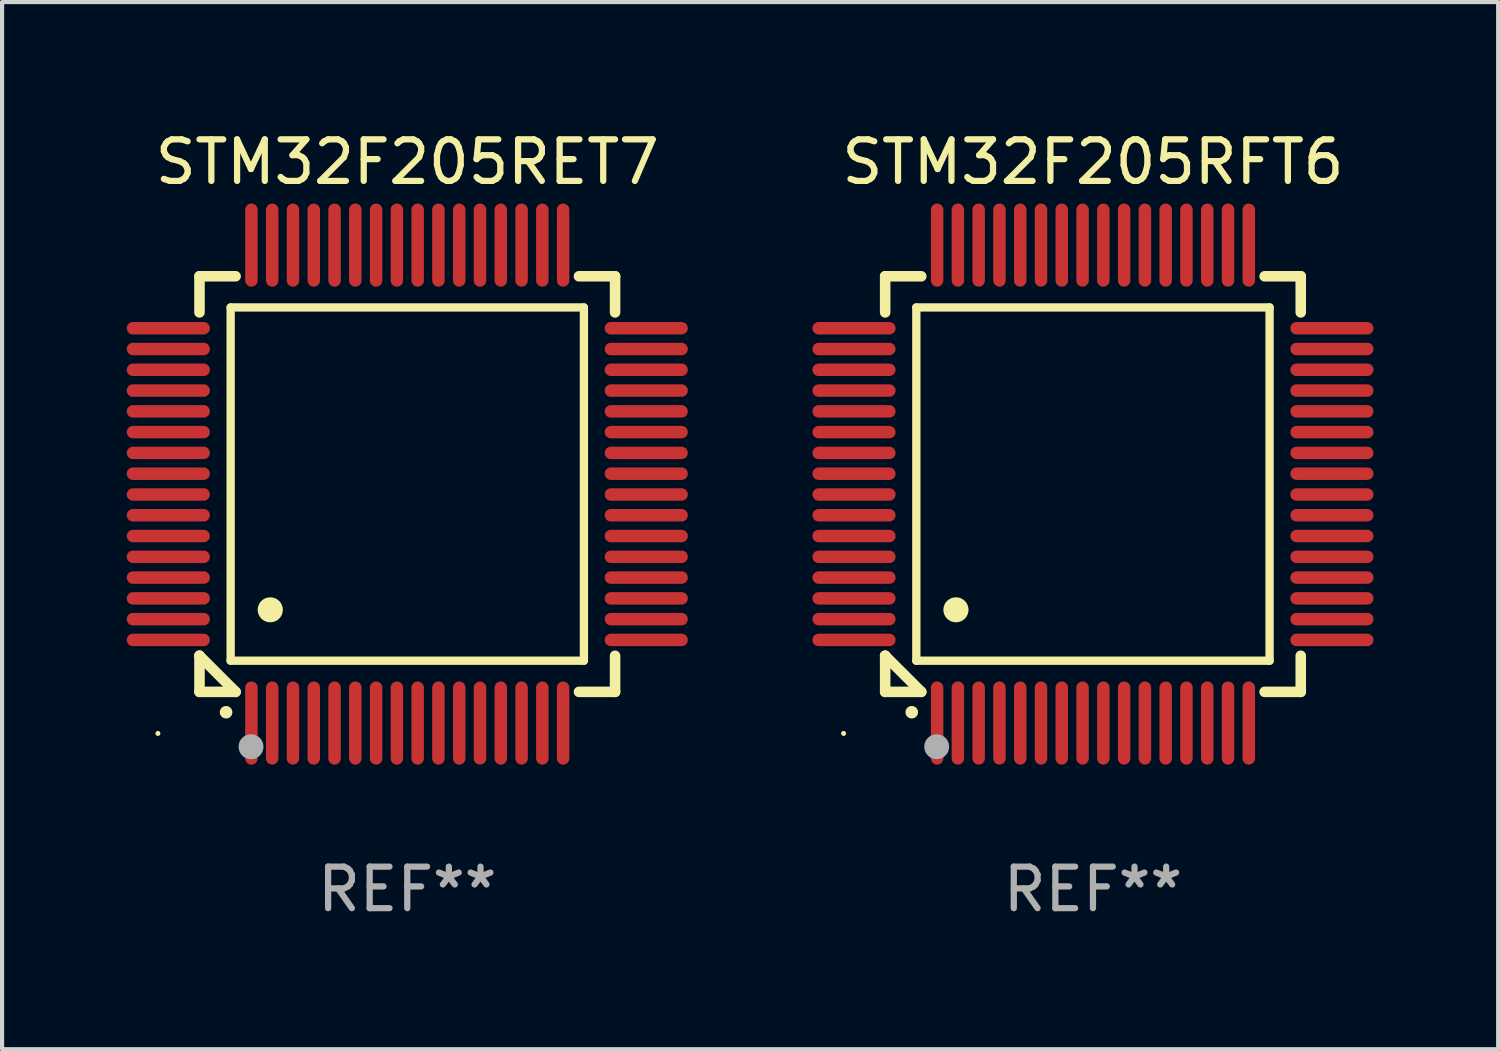
<source format=kicad_pcb>
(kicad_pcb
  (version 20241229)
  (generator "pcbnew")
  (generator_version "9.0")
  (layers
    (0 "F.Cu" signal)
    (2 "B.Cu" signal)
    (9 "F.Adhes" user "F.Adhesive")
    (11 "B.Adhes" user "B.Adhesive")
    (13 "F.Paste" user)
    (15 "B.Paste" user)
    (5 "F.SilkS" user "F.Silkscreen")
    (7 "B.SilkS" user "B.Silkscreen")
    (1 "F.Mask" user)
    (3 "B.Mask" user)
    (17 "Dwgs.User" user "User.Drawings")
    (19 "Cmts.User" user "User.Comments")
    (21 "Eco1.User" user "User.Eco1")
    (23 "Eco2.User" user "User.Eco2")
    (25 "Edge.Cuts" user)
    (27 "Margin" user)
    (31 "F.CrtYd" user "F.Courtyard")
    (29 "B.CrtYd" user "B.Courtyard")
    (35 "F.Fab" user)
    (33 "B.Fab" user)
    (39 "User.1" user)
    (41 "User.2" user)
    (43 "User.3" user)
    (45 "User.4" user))
  (footprint "STM32F205RFT6"
    (layer "F.Cu")
    (at 23.249 8.598)
    (property "Reference" "STM32F205RFT6" (at 0 -7.75 0) (layer "F.SilkS") (effects (font (size 1 1) (thickness 0.15))))
    (attr through_hole)
    (fp_line (start -5 -5) (end -4.131 -5) (stroke (width 0.254) (type solid)) (layer "F.SilkS"))
    (fp_line (start -5 -4.131) (end -5 -5) (stroke (width 0.254) (type solid)) (layer "F.SilkS"))
    (fp_line (start -5 4.131) (end -5 4.131) (stroke (width 0.254) (type solid)) (layer "F.SilkS"))
    (fp_line (start -5 5) (end -5 4.131) (stroke (width 0.254) (type solid)) (layer "F.SilkS"))
    (fp_line (start -5 4.131) (end -4.131 5) (stroke (width 0.254) (type solid)) (layer "F.SilkS"))
    (fp_line (start -4.25 -4.25) (end -4.25 4.25) (stroke (width 0.2) (type solid)) (layer "F.SilkS"))
    (fp_line (start -4.25 4.25) (end 4.25 4.25) (stroke (width 0.2) (type solid)) (layer "F.SilkS"))
    (fp_line (start -4.131 5) (end -5 5) (stroke (width 0.254) (type solid)) (layer "F.SilkS"))
    (fp_line (start 4.25 -4.25) (end -4.25 -4.25) (stroke (width 0.2) (type solid)) (layer "F.SilkS"))
    (fp_line (start 4.25 4.25) (end 4.25 -4.25) (stroke (width 0.2) (type solid)) (layer "F.SilkS"))
    (fp_line (start 5 -5) (end 4.131 -5) (stroke (width 0.254) (type solid)) (layer "F.SilkS"))
    (fp_line (start 5 -5) (end 5 -4.131) (stroke (width 0.254) (type solid)) (layer "F.SilkS"))
    (fp_line (start 5 4.131) (end 5 5) (stroke (width 0.254) (type solid)) (layer "F.SilkS"))
    (fp_line (start 5 5) (end 4.131 5) (stroke (width 0.254) (type solid)) (layer "F.SilkS"))
    (fp_arc (start -4.361265 5.489992) (mid -4.359995 5.489987) (end -4.358725 5.489992) (stroke (width 0.3) (type solid)) (layer "F.SilkS"))
    (fp_arc (start -3.299467 3.025146) (mid -3.296927 3.025135) (end -3.294387 3.025146) (stroke (width 0.6) (type solid)) (layer "F.SilkS"))
    (fp_circle (center -6 6) (end -5.97 6) (stroke (width 0.06) (type solid)) (fill no) (layer "F.SilkS"))
    (fp_circle (center -3.76 6.32) (end -3.61 6.32) (stroke (width 0.3) (type solid)) (fill no) (layer "F.Fab"))
    (fp_text user "REF**" (at 0 9.75 0) (layer "F.Fab") (effects (font (size 1 1) (thickness 0.15))))
    (pad "1" smd oval (at -3.75 5.75) (size 0.3 2) (layers "F.Cu" "F.Mask" "F.Paste"))
    (pad "2" smd oval (at -3.25 5.75) (size 0.3 2) (layers "F.Cu" "F.Mask" "F.Paste"))
    (pad "3" smd oval (at -2.75 5.75) (size 0.3 2) (layers "F.Cu" "F.Mask" "F.Paste"))
    (pad "4" smd oval (at -2.25 5.75) (size 0.3 2) (layers "F.Cu" "F.Mask" "F.Paste"))
    (pad "5" smd oval (at -1.75 5.75) (size 0.3 2) (layers "F.Cu" "F.Mask" "F.Paste"))
    (pad "6" smd oval (at -1.25 5.75) (size 0.3 2) (layers "F.Cu" "F.Mask" "F.Paste"))
    (pad "7" smd oval (at -0.75 5.75) (size 0.3 2) (layers "F.Cu" "F.Mask" "F.Paste"))
    (pad "8" smd oval (at -0.25 5.75) (size 0.3 2) (layers "F.Cu" "F.Mask" "F.Paste"))
    (pad "9" smd oval (at 0.25 5.75) (size 0.3 2) (layers "F.Cu" "F.Mask" "F.Paste"))
    (pad "10" smd oval (at 0.75 5.75) (size 0.3 2) (layers "F.Cu" "F.Mask" "F.Paste"))
    (pad "11" smd oval (at 1.25 5.75) (size 0.3 2) (layers "F.Cu" "F.Mask" "F.Paste"))
    (pad "12" smd oval (at 1.75 5.75) (size 0.3 2) (layers "F.Cu" "F.Mask" "F.Paste"))
    (pad "13" smd oval (at 2.25 5.75) (size 0.3 2) (layers "F.Cu" "F.Mask" "F.Paste"))
    (pad "14" smd oval (at 2.75 5.75) (size 0.3 2) (layers "F.Cu" "F.Mask" "F.Paste"))
    (pad "15" smd oval (at 3.25 5.75) (size 0.3 2) (layers "F.Cu" "F.Mask" "F.Paste"))
    (pad "16" smd oval (at 3.75 5.75) (size 0.3 2) (layers "F.Cu" "F.Mask" "F.Paste"))
    (pad "17" smd oval (at 5.75 3.75) (size 2 0.3) (layers "F.Cu" "F.Mask" "F.Paste"))
    (pad "18" smd oval (at 5.75 3.25) (size 2 0.3) (layers "F.Cu" "F.Mask" "F.Paste"))
    (pad "19" smd oval (at 5.75 2.75) (size 2 0.3) (layers "F.Cu" "F.Mask" "F.Paste"))
    (pad "20" smd oval (at 5.75 2.25) (size 2 0.3) (layers "F.Cu" "F.Mask" "F.Paste"))
    (pad "21" smd oval (at 5.75 1.75) (size 2 0.3) (layers "F.Cu" "F.Mask" "F.Paste"))
    (pad "22" smd oval (at 5.75 1.25) (size 2 0.3) (layers "F.Cu" "F.Mask" "F.Paste"))
    (pad "23" smd oval (at 5.75 0.75) (size 2 0.3) (layers "F.Cu" "F.Mask" "F.Paste"))
    (pad "24" smd oval (at 5.75 0.25) (size 2 0.3) (layers "F.Cu" "F.Mask" "F.Paste"))
    (pad "25" smd oval (at 5.75 -0.25) (size 2 0.3) (layers "F.Cu" "F.Mask" "F.Paste"))
    (pad "26" smd oval (at 5.75 -0.75) (size 2 0.3) (layers "F.Cu" "F.Mask" "F.Paste"))
    (pad "27" smd oval (at 5.75 -1.25) (size 2 0.3) (layers "F.Cu" "F.Mask" "F.Paste"))
    (pad "28" smd oval (at 5.75 -1.75) (size 2 0.3) (layers "F.Cu" "F.Mask" "F.Paste"))
    (pad "29" smd oval (at 5.75 -2.25) (size 2 0.3) (layers "F.Cu" "F.Mask" "F.Paste"))
    (pad "30" smd oval (at 5.75 -2.75) (size 2 0.3) (layers "F.Cu" "F.Mask" "F.Paste"))
    (pad "31" smd oval (at 5.75 -3.25) (size 2 0.3) (layers "F.Cu" "F.Mask" "F.Paste"))
    (pad "32" smd oval (at 5.75 -3.75) (size 2 0.3) (layers "F.Cu" "F.Mask" "F.Paste"))
    (pad "33" smd oval (at 3.75 -5.75) (size 0.3 2) (layers "F.Cu" "F.Mask" "F.Paste"))
    (pad "34" smd oval (at 3.25 -5.75) (size 0.3 2) (layers "F.Cu" "F.Mask" "F.Paste"))
    (pad "35" smd oval (at 2.75 -5.75) (size 0.3 2) (layers "F.Cu" "F.Mask" "F.Paste"))
    (pad "36" smd oval (at 2.25 -5.75) (size 0.3 2) (layers "F.Cu" "F.Mask" "F.Paste"))
    (pad "37" smd oval (at 1.75 -5.75) (size 0.3 2) (layers "F.Cu" "F.Mask" "F.Paste"))
    (pad "38" smd oval (at 1.25 -5.75) (size 0.3 2) (layers "F.Cu" "F.Mask" "F.Paste"))
    (pad "39" smd oval (at 0.75 -5.75) (size 0.3 2) (layers "F.Cu" "F.Mask" "F.Paste"))
    (pad "40" smd oval (at 0.25 -5.75) (size 0.3 2) (layers "F.Cu" "F.Mask" "F.Paste"))
    (pad "41" smd oval (at -0.25 -5.75) (size 0.3 2) (layers "F.Cu" "F.Mask" "F.Paste"))
    (pad "42" smd oval (at -0.75 -5.75) (size 0.3 2) (layers "F.Cu" "F.Mask" "F.Paste"))
    (pad "43" smd oval (at -1.25 -5.75) (size 0.3 2) (layers "F.Cu" "F.Mask" "F.Paste"))
    (pad "44" smd oval (at -1.75 -5.75) (size 0.3 2) (layers "F.Cu" "F.Mask" "F.Paste"))
    (pad "45" smd oval (at -2.25 -5.75) (size 0.3 2) (layers "F.Cu" "F.Mask" "F.Paste"))
    (pad "46" smd oval (at -2.75 -5.75) (size 0.3 2) (layers "F.Cu" "F.Mask" "F.Paste"))
    (pad "47" smd oval (at -3.25 -5.75) (size 0.3 2) (layers "F.Cu" "F.Mask" "F.Paste"))
    (pad "48" smd oval (at -3.75 -5.75) (size 0.3 2) (layers "F.Cu" "F.Mask" "F.Paste"))
    (pad "49" smd oval (at -5.75 -3.75) (size 2 0.3) (layers "F.Cu" "F.Mask" "F.Paste"))
    (pad "50" smd oval (at -5.75 -3.25) (size 2 0.3) (layers "F.Cu" "F.Mask" "F.Paste"))
    (pad "51" smd oval (at -5.75 -2.75) (size 2 0.3) (layers "F.Cu" "F.Mask" "F.Paste"))
    (pad "52" smd oval (at -5.75 -2.25) (size 2 0.3) (layers "F.Cu" "F.Mask" "F.Paste"))
    (pad "53" smd oval (at -5.75 -1.75) (size 2 0.3) (layers "F.Cu" "F.Mask" "F.Paste"))
    (pad "54" smd oval (at -5.75 -1.25) (size 2 0.3) (layers "F.Cu" "F.Mask" "F.Paste"))
    (pad "55" smd oval (at -5.75 -0.75) (size 2 0.3) (layers "F.Cu" "F.Mask" "F.Paste"))
    (pad "56" smd oval (at -5.75 -0.25) (size 2 0.3) (layers "F.Cu" "F.Mask" "F.Paste"))
    (pad "57" smd oval (at -5.75 0.25) (size 2 0.3) (layers "F.Cu" "F.Mask" "F.Paste"))
    (pad "58" smd oval (at -5.75 0.75) (size 2 0.3) (layers "F.Cu" "F.Mask" "F.Paste"))
    (pad "59" smd oval (at -5.75 1.25) (size 2 0.3) (layers "F.Cu" "F.Mask" "F.Paste"))
    (pad "60" smd oval (at -5.75 1.75) (size 2 0.3) (layers "F.Cu" "F.Mask" "F.Paste"))
    (pad "61" smd oval (at -5.75 2.25) (size 2 0.3) (layers "F.Cu" "F.Mask" "F.Paste"))
    (pad "62" smd oval (at -5.75 2.75) (size 2 0.3) (layers "F.Cu" "F.Mask" "F.Paste"))
    (pad "63" smd oval (at -5.75 3.25) (size 2 0.3) (layers "F.Cu" "F.Mask" "F.Paste"))
    (pad "64" smd oval (at -5.75 3.75) (size 2 0.3) (layers "F.Cu" "F.Mask" "F.Paste")))
  (footprint "STM32F205RET7"
    (layer "F.Cu")
    (at 6.75 8.598)
    (property "Reference" "STM32F205RET7" (at 0 -7.75 0) (layer "F.SilkS") (effects (font (size 1 1) (thickness 0.15))))
    (attr through_hole)
    (fp_line (start -5 -5) (end -4.131 -5) (stroke (width 0.254) (type solid)) (layer "F.SilkS"))
    (fp_line (start -5 -4.131) (end -5 -5) (stroke (width 0.254) (type solid)) (layer "F.SilkS"))
    (fp_line (start -5 4.131) (end -5 4.131) (stroke (width 0.254) (type solid)) (layer "F.SilkS"))
    (fp_line (start -5 5) (end -5 4.131) (stroke (width 0.254) (type solid)) (layer "F.SilkS"))
    (fp_line (start -5 4.131) (end -4.131 5) (stroke (width 0.254) (type solid)) (layer "F.SilkS"))
    (fp_line (start -4.25 -4.25) (end -4.25 4.25) (stroke (width 0.2) (type solid)) (layer "F.SilkS"))
    (fp_line (start -4.25 4.25) (end 4.25 4.25) (stroke (width 0.2) (type solid)) (layer "F.SilkS"))
    (fp_line (start -4.131 5) (end -5 5) (stroke (width 0.254) (type solid)) (layer "F.SilkS"))
    (fp_line (start 4.25 -4.25) (end -4.25 -4.25) (stroke (width 0.2) (type solid)) (layer "F.SilkS"))
    (fp_line (start 4.25 4.25) (end 4.25 -4.25) (stroke (width 0.2) (type solid)) (layer "F.SilkS"))
    (fp_line (start 5 -5) (end 4.131 -5) (stroke (width 0.254) (type solid)) (layer "F.SilkS"))
    (fp_line (start 5 -5) (end 5 -4.131) (stroke (width 0.254) (type solid)) (layer "F.SilkS"))
    (fp_line (start 5 4.131) (end 5 5) (stroke (width 0.254) (type solid)) (layer "F.SilkS"))
    (fp_line (start 5 5) (end 4.131 5) (stroke (width 0.254) (type solid)) (layer "F.SilkS"))
    (fp_arc (start -4.361265 5.489992) (mid -4.359995 5.489987) (end -4.358725 5.489992) (stroke (width 0.3) (type solid)) (layer "F.SilkS"))
    (fp_arc (start -3.299467 3.025146) (mid -3.296927 3.025135) (end -3.294387 3.025146) (stroke (width 0.6) (type solid)) (layer "F.SilkS"))
    (fp_circle (center -6 6) (end -5.97 6) (stroke (width 0.06) (type solid)) (fill no) (layer "F.SilkS"))
    (fp_circle (center -3.76 6.32) (end -3.61 6.32) (stroke (width 0.3) (type solid)) (fill no) (layer "F.Fab"))
    (fp_text user "REF**" (at 0 9.75 0) (layer "F.Fab") (effects (font (size 1 1) (thickness 0.15))))
    (pad "1" smd oval (at -3.75 5.75) (size 0.3 2) (layers "F.Cu" "F.Mask" "F.Paste"))
    (pad "2" smd oval (at -3.25 5.75) (size 0.3 2) (layers "F.Cu" "F.Mask" "F.Paste"))
    (pad "3" smd oval (at -2.75 5.75) (size 0.3 2) (layers "F.Cu" "F.Mask" "F.Paste"))
    (pad "4" smd oval (at -2.25 5.75) (size 0.3 2) (layers "F.Cu" "F.Mask" "F.Paste"))
    (pad "5" smd oval (at -1.75 5.75) (size 0.3 2) (layers "F.Cu" "F.Mask" "F.Paste"))
    (pad "6" smd oval (at -1.25 5.75) (size 0.3 2) (layers "F.Cu" "F.Mask" "F.Paste"))
    (pad "7" smd oval (at -0.75 5.75) (size 0.3 2) (layers "F.Cu" "F.Mask" "F.Paste"))
    (pad "8" smd oval (at -0.25 5.75) (size 0.3 2) (layers "F.Cu" "F.Mask" "F.Paste"))
    (pad "9" smd oval (at 0.25 5.75) (size 0.3 2) (layers "F.Cu" "F.Mask" "F.Paste"))
    (pad "10" smd oval (at 0.75 5.75) (size 0.3 2) (layers "F.Cu" "F.Mask" "F.Paste"))
    (pad "11" smd oval (at 1.25 5.75) (size 0.3 2) (layers "F.Cu" "F.Mask" "F.Paste"))
    (pad "12" smd oval (at 1.75 5.75) (size 0.3 2) (layers "F.Cu" "F.Mask" "F.Paste"))
    (pad "13" smd oval (at 2.25 5.75) (size 0.3 2) (layers "F.Cu" "F.Mask" "F.Paste"))
    (pad "14" smd oval (at 2.75 5.75) (size 0.3 2) (layers "F.Cu" "F.Mask" "F.Paste"))
    (pad "15" smd oval (at 3.25 5.75) (size 0.3 2) (layers "F.Cu" "F.Mask" "F.Paste"))
    (pad "16" smd oval (at 3.75 5.75) (size 0.3 2) (layers "F.Cu" "F.Mask" "F.Paste"))
    (pad "17" smd oval (at 5.75 3.75) (size 2 0.3) (layers "F.Cu" "F.Mask" "F.Paste"))
    (pad "18" smd oval (at 5.75 3.25) (size 2 0.3) (layers "F.Cu" "F.Mask" "F.Paste"))
    (pad "19" smd oval (at 5.75 2.75) (size 2 0.3) (layers "F.Cu" "F.Mask" "F.Paste"))
    (pad "20" smd oval (at 5.75 2.25) (size 2 0.3) (layers "F.Cu" "F.Mask" "F.Paste"))
    (pad "21" smd oval (at 5.75 1.75) (size 2 0.3) (layers "F.Cu" "F.Mask" "F.Paste"))
    (pad "22" smd oval (at 5.75 1.25) (size 2 0.3) (layers "F.Cu" "F.Mask" "F.Paste"))
    (pad "23" smd oval (at 5.75 0.75) (size 2 0.3) (layers "F.Cu" "F.Mask" "F.Paste"))
    (pad "24" smd oval (at 5.75 0.25) (size 2 0.3) (layers "F.Cu" "F.Mask" "F.Paste"))
    (pad "25" smd oval (at 5.75 -0.25) (size 2 0.3) (layers "F.Cu" "F.Mask" "F.Paste"))
    (pad "26" smd oval (at 5.75 -0.75) (size 2 0.3) (layers "F.Cu" "F.Mask" "F.Paste"))
    (pad "27" smd oval (at 5.75 -1.25) (size 2 0.3) (layers "F.Cu" "F.Mask" "F.Paste"))
    (pad "28" smd oval (at 5.75 -1.75) (size 2 0.3) (layers "F.Cu" "F.Mask" "F.Paste"))
    (pad "29" smd oval (at 5.75 -2.25) (size 2 0.3) (layers "F.Cu" "F.Mask" "F.Paste"))
    (pad "30" smd oval (at 5.75 -2.75) (size 2 0.3) (layers "F.Cu" "F.Mask" "F.Paste"))
    (pad "31" smd oval (at 5.75 -3.25) (size 2 0.3) (layers "F.Cu" "F.Mask" "F.Paste"))
    (pad "32" smd oval (at 5.75 -3.75) (size 2 0.3) (layers "F.Cu" "F.Mask" "F.Paste"))
    (pad "33" smd oval (at 3.75 -5.75) (size 0.3 2) (layers "F.Cu" "F.Mask" "F.Paste"))
    (pad "34" smd oval (at 3.25 -5.75) (size 0.3 2) (layers "F.Cu" "F.Mask" "F.Paste"))
    (pad "35" smd oval (at 2.75 -5.75) (size 0.3 2) (layers "F.Cu" "F.Mask" "F.Paste"))
    (pad "36" smd oval (at 2.25 -5.75) (size 0.3 2) (layers "F.Cu" "F.Mask" "F.Paste"))
    (pad "37" smd oval (at 1.75 -5.75) (size 0.3 2) (layers "F.Cu" "F.Mask" "F.Paste"))
    (pad "38" smd oval (at 1.25 -5.75) (size 0.3 2) (layers "F.Cu" "F.Mask" "F.Paste"))
    (pad "39" smd oval (at 0.75 -5.75) (size 0.3 2) (layers "F.Cu" "F.Mask" "F.Paste"))
    (pad "40" smd oval (at 0.25 -5.75) (size 0.3 2) (layers "F.Cu" "F.Mask" "F.Paste"))
    (pad "41" smd oval (at -0.25 -5.75) (size 0.3 2) (layers "F.Cu" "F.Mask" "F.Paste"))
    (pad "42" smd oval (at -0.75 -5.75) (size 0.3 2) (layers "F.Cu" "F.Mask" "F.Paste"))
    (pad "43" smd oval (at -1.25 -5.75) (size 0.3 2) (layers "F.Cu" "F.Mask" "F.Paste"))
    (pad "44" smd oval (at -1.75 -5.75) (size 0.3 2) (layers "F.Cu" "F.Mask" "F.Paste"))
    (pad "45" smd oval (at -2.25 -5.75) (size 0.3 2) (layers "F.Cu" "F.Mask" "F.Paste"))
    (pad "46" smd oval (at -2.75 -5.75) (size 0.3 2) (layers "F.Cu" "F.Mask" "F.Paste"))
    (pad "47" smd oval (at -3.25 -5.75) (size 0.3 2) (layers "F.Cu" "F.Mask" "F.Paste"))
    (pad "48" smd oval (at -3.75 -5.75) (size 0.3 2) (layers "F.Cu" "F.Mask" "F.Paste"))
    (pad "49" smd oval (at -5.75 -3.75) (size 2 0.3) (layers "F.Cu" "F.Mask" "F.Paste"))
    (pad "50" smd oval (at -5.75 -3.25) (size 2 0.3) (layers "F.Cu" "F.Mask" "F.Paste"))
    (pad "51" smd oval (at -5.75 -2.75) (size 2 0.3) (layers "F.Cu" "F.Mask" "F.Paste"))
    (pad "52" smd oval (at -5.75 -2.25) (size 2 0.3) (layers "F.Cu" "F.Mask" "F.Paste"))
    (pad "53" smd oval (at -5.75 -1.75) (size 2 0.3) (layers "F.Cu" "F.Mask" "F.Paste"))
    (pad "54" smd oval (at -5.75 -1.25) (size 2 0.3) (layers "F.Cu" "F.Mask" "F.Paste"))
    (pad "55" smd oval (at -5.75 -0.75) (size 2 0.3) (layers "F.Cu" "F.Mask" "F.Paste"))
    (pad "56" smd oval (at -5.75 -0.25) (size 2 0.3) (layers "F.Cu" "F.Mask" "F.Paste"))
    (pad "57" smd oval (at -5.75 0.25) (size 2 0.3) (layers "F.Cu" "F.Mask" "F.Paste"))
    (pad "58" smd oval (at -5.75 0.75) (size 2 0.3) (layers "F.Cu" "F.Mask" "F.Paste"))
    (pad "59" smd oval (at -5.75 1.25) (size 2 0.3) (layers "F.Cu" "F.Mask" "F.Paste"))
    (pad "60" smd oval (at -5.75 1.75) (size 2 0.3) (layers "F.Cu" "F.Mask" "F.Paste"))
    (pad "61" smd oval (at -5.75 2.25) (size 2 0.3) (layers "F.Cu" "F.Mask" "F.Paste"))
    (pad "62" smd oval (at -5.75 2.75) (size 2 0.3) (layers "F.Cu" "F.Mask" "F.Paste"))
    (pad "63" smd oval (at -5.75 3.25) (size 2 0.3) (layers "F.Cu" "F.Mask" "F.Paste"))
    (pad "64" smd oval (at -5.75 3.75) (size 2 0.3) (layers "F.Cu" "F.Mask" "F.Paste")))
  (gr_rect
    (start -3 -3)
    (end 32.999 22.196)
    (stroke (width 0.1) (type default))
    (fill no)
    (layer "Edge.Cuts")))
</source>
